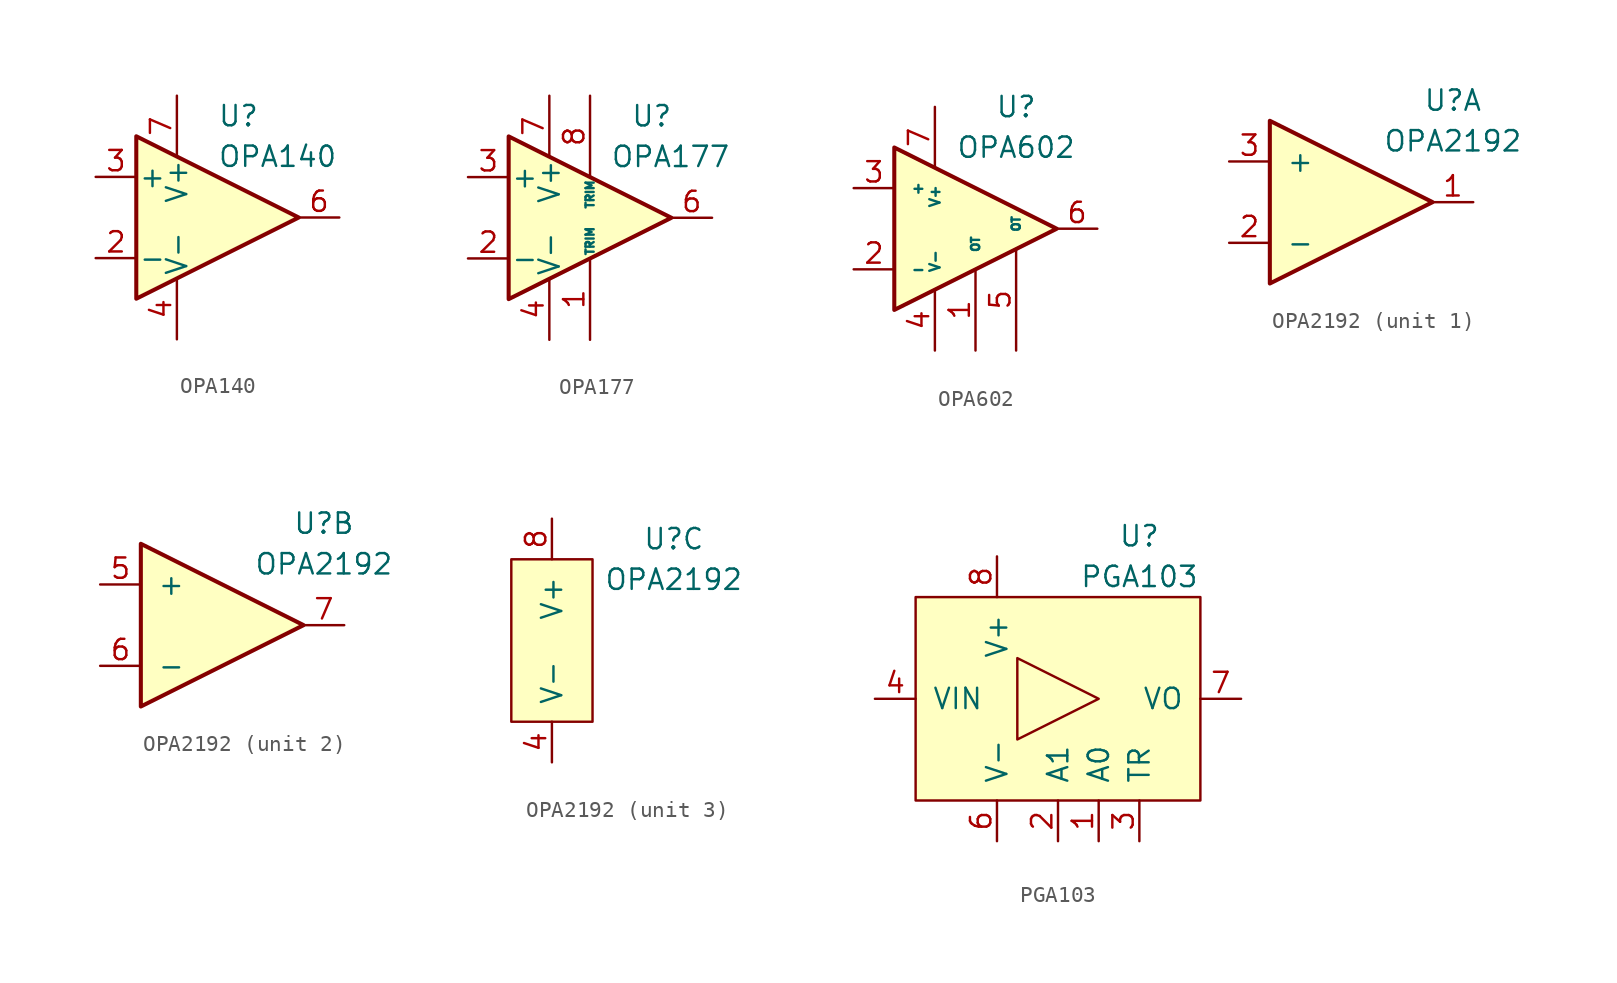
<source format=kicad_sym>
(kicad_symbol_lib
  (version 20220914)
  (generator kicad_symbol_editor)
  (symbol "OPA140"
    (pin_names
      (offset 0.127))
    (property "Reference" "U"
      (at 0 6.35 0)
      (effects (font (size 1.27 1.27)) (justify left)))
    (property "Value" "OPA140"
      (at 0 3.81 0)
      (effects (font (size 1.27 1.27)) (justify left)))
    (symbol "OPA140_0_1"
      (polyline (pts (xy -5.08 5.08) (xy 5.08 0) (xy -5.08 -5.08) (xy -5.08 5.08)) (stroke (width 0.254) (type solid)) (fill (type background))))
    (symbol "OPA140_1_1"
      (pin no_connect non_logic (at -5.08 1.27 180) (length 0) hide (name "NULL" (effects (font (size 0.508 0.508)))) (number "1" (effects (font (size 1.27 1.27)))))
      (pin input line (at -7.62 -2.54 0) (length 2.54) (name "-" (effects (font (size 1.27 1.27)))) (number "2" (effects (font (size 1.27 1.27)))))
      (pin input line (at -7.62 2.54 0) (length 2.54) (name "+" (effects (font (size 1.27 1.27)))) (number "3" (effects (font (size 1.27 1.27)))))
      (pin power_in line (at -2.54 -7.62 90) (length 3.81) (name "V-" (effects (font (size 1.27 1.27)))) (number "4" (effects (font (size 1.27 1.27)))))
      (pin no_connect non_logic (at -5.08 -1.27 180) (length 0) hide (name "NULL" (effects (font (size 0.508 0.508)))) (number "5" (effects (font (size 1.27 1.27)))))
      (pin output line (at 7.62 0 180) (length 2.54) (name "~" (effects (font (size 1.27 1.27)))) (number "6" (effects (font (size 1.27 1.27)))))
      (pin power_in line (at -2.54 7.62 270) (length 3.81) (name "V+" (effects (font (size 1.27 1.27)))) (number "7" (effects (font (size 1.27 1.27)))))
      (pin no_connect line (at 0 2.54 270) (length 2.54) hide (name "NC" (effects (font (size 1.27 1.27)))) (number "8" (effects (font (size 1.27 1.27)))))))
  (symbol "OPA177"
    (pin_names
      (offset 0.127))
    (property "Reference" "U"
      (at 2.54 6.35 0)
      (effects (font (size 1.27 1.27)) (justify left)))
    (property "Value" "OPA177"
      (at 1.27 3.81 0)
      (effects (font (size 1.27 1.27)) (justify left)))
    (symbol "OPA177_0_1"
      (polyline (pts (xy -5.08 5.08) (xy 5.08 0) (xy -5.08 -5.08) (xy -5.08 5.08)) (stroke (width 0.254) (type solid)) (fill (type background))))
    (symbol "OPA177_1_1"
      (pin input line (at 0 -7.62 90) (length 5.08) (name "TRIM" (effects (font (size 0.508 0.508)))) (number "1" (effects (font (size 1.27 1.27)))))
      (pin input line (at -7.62 -2.54 0) (length 2.54) (name "-" (effects (font (size 1.27 1.27)))) (number "2" (effects (font (size 1.27 1.27)))))
      (pin input line (at -7.62 2.54 0) (length 2.54) (name "+" (effects (font (size 1.27 1.27)))) (number "3" (effects (font (size 1.27 1.27)))))
      (pin power_in line (at -2.54 -7.62 90) (length 3.81) (name "V-" (effects (font (size 1.27 1.27)))) (number "4" (effects (font (size 1.27 1.27)))))
      (pin no_connect non_logic (at 2.54 -1.27 90) (length 0) hide (name "NC" (effects (font (size 0.508 0.508)))) (number "5" (effects (font (size 1.27 1.27)))))
      (pin output line (at 7.62 0 180) (length 2.54) (name "~" (effects (font (size 1.27 1.27)))) (number "6" (effects (font (size 1.27 1.27)))))
      (pin power_in line (at -2.54 7.62 270) (length 3.81) (name "V+" (effects (font (size 1.27 1.27)))) (number "7" (effects (font (size 1.27 1.27)))))
      (pin input line (at 0 7.62 270) (length 5.08) (name "TRIM" (effects (font (size 0.508 0.508)))) (number "8" (effects (font (size 1.27 1.27)))))))
  (symbol "OPA602"
    (pin_names
      (offset 1.016))
    (property "Reference" "U"
      (at 3.81 7.62 0)
      (effects (font (size 1.27 1.27))))
    (property "Value" "OPA602"
      (at 3.81 5.08 0)
      (effects (font (size 1.27 1.27))))
    (symbol "OPA602_1_1"
      (polyline (pts (xy -3.81 5.08) (xy 6.35 0) (xy -3.81 -5.08) (xy -3.81 5.08)) (stroke (width 0.254) (type solid)) (fill (type background)))
      (pin input line (at 1.27 -7.62 90) (length 5.08) (name "OT" (effects (font (size 0.508 0.508)))) (number "1" (effects (font (size 1.27 1.27)))))
      (pin input line (at -6.35 -2.54 0) (length 2.54) (name "-" (effects (font (size 0.635 0.635)))) (number "2" (effects (font (size 1.27 1.27)))))
      (pin input line (at -6.35 2.54 0) (length 2.54) (name "+" (effects (font (size 0.635 0.635)))) (number "3" (effects (font (size 1.27 1.27)))))
      (pin power_in line (at -1.27 -7.62 90) (length 3.81) (name "V-" (effects (font (size 0.635 0.635)))) (number "4" (effects (font (size 1.27 1.27)))))
      (pin input line (at 3.81 -7.62 90) (length 6.35) (name "OT" (effects (font (size 0.508 0.508)))) (number "5" (effects (font (size 1.27 1.27)))))
      (pin output line (at 8.89 0 180) (length 2.54) (name "~" (effects (font (size 1.27 1.27)))) (number "6" (effects (font (size 1.27 1.27)))))
      (pin power_in line (at -1.27 7.62 270) (length 3.81) (name "V+" (effects (font (size 0.635 0.635)))) (number "7" (effects (font (size 1.27 1.27)))))
      (pin no_connect line (at 1.27 2.54 270) (length 2.54) hide (name "NC" (effects (font (size 1.27 1.27)))) (number "8" (effects (font (size 1.27 1.27)))))))
  (symbol "OPA2192"
    (pin_names
      (offset 1.016))
    (property "Reference" "U"
      (at 7.62 6.35 0)
      (effects (font (size 1.27 1.27))))
    (property "Value" "OPA2192"
      (at 7.62 3.81 0)
      (effects (font (size 1.27 1.27))))
    (symbol "OPA2192_1_1"
      (polyline (pts (xy -3.81 5.08) (xy 6.35 0) (xy -3.81 -5.08) (xy -3.81 5.08)) (stroke (width 0.254) (type solid)) (fill (type background)))
      (pin output line (at 8.89 0 180) (length 2.54) (name "~" (effects (font (size 1.27 1.27)))) (number "1" (effects (font (size 1.27 1.27)))))
      (pin input line (at -6.35 -2.54 0) (length 2.54) (name "-" (effects (font (size 1.27 1.27)))) (number "2" (effects (font (size 1.27 1.27)))))
      (pin input line (at -6.35 2.54 0) (length 2.54) (name "+" (effects (font (size 1.27 1.27)))) (number "3" (effects (font (size 1.27 1.27))))))
    (symbol "OPA2192_2_1"
      (polyline (pts (xy -3.81 5.08) (xy 6.35 0) (xy -3.81 -5.08) (xy -3.81 5.08)) (stroke (width 0.254) (type solid)) (fill (type background)))
      (pin input line (at -6.35 2.54 0) (length 2.54) (name "+" (effects (font (size 1.27 1.27)))) (number "5" (effects (font (size 1.27 1.27)))))
      (pin input line (at -6.35 -2.54 0) (length 2.54) (name "-" (effects (font (size 1.27 1.27)))) (number "6" (effects (font (size 1.27 1.27)))))
      (pin output line (at 8.89 0 180) (length 2.54) (name "~" (effects (font (size 1.27 1.27)))) (number "7" (effects (font (size 1.27 1.27))))))
    (symbol "OPA2192_3_1"
      (rectangle (start -2.54 5.08) (end 2.54 -5.08) (stroke (width 0) (type solid)) (fill (type background)))
      (pin passive line (at 0 -7.62 90) (length 2.54) (name "V-" (effects (font (size 1.27 1.27)))) (number "4" (effects (font (size 1.27 1.27)))))
      (pin passive line (at 0 7.62 270) (length 2.54) (name "V+" (effects (font (size 1.27 1.27)))) (number "8" (effects (font (size 1.27 1.27)))))))
  (symbol "PGA103"
    (pin_names
      (offset 1.016))
    (property "Reference" "U"
      (at 5.08 10.16 0)
      (effects (font (size 1.27 1.27))))
    (property "Value" "PGA103"
      (at 5.08 7.62 0)
      (effects (font (size 1.27 1.27))))
    (symbol "PGA103_0_1"
      (rectangle (start -8.89 6.35) (end 8.89 -6.35) (stroke (width 0) (type solid)) (fill (type background)))
      (polyline (pts (xy -2.54 2.54) (xy -2.54 -2.54) (xy 2.54 0) (xy -2.54 2.54)) (stroke (width 0) (type solid)) (fill (type none))))
    (symbol "PGA103_1_1"
      (pin input line (at 2.54 -8.89 90) (length 2.54) (name "A0" (effects (font (size 1.27 1.27)))) (number "1" (effects (font (size 1.27 1.27)))))
      (pin input line (at 0 -8.89 90) (length 2.54) (name "A1" (effects (font (size 1.27 1.27)))) (number "2" (effects (font (size 1.27 1.27)))))
      (pin input line (at 5.08 -8.89 90) (length 2.54) (name "TR" (effects (font (size 1.27 1.27)))) (number "3" (effects (font (size 1.27 1.27)))))
      (pin input line (at -11.43 0 0) (length 2.54) (name "VIN" (effects (font (size 1.27 1.27)))) (number "4" (effects (font (size 1.27 1.27)))))
      (pin passive line (at -3.81 -8.89 90) (length 2.54) (name "V-" (effects (font (size 1.27 1.27)))) (number "6" (effects (font (size 1.27 1.27)))))
      (pin output line (at 11.43 0 180) (length 2.54) (name "VO" (effects (font (size 1.27 1.27)))) (number "7" (effects (font (size 1.27 1.27)))))
      (pin passive line (at -3.81 8.89 270) (length 2.54) (name "V+" (effects (font (size 1.27 1.27)))) (number "8" (effects (font (size 1.27 1.27))))))))
</source>
